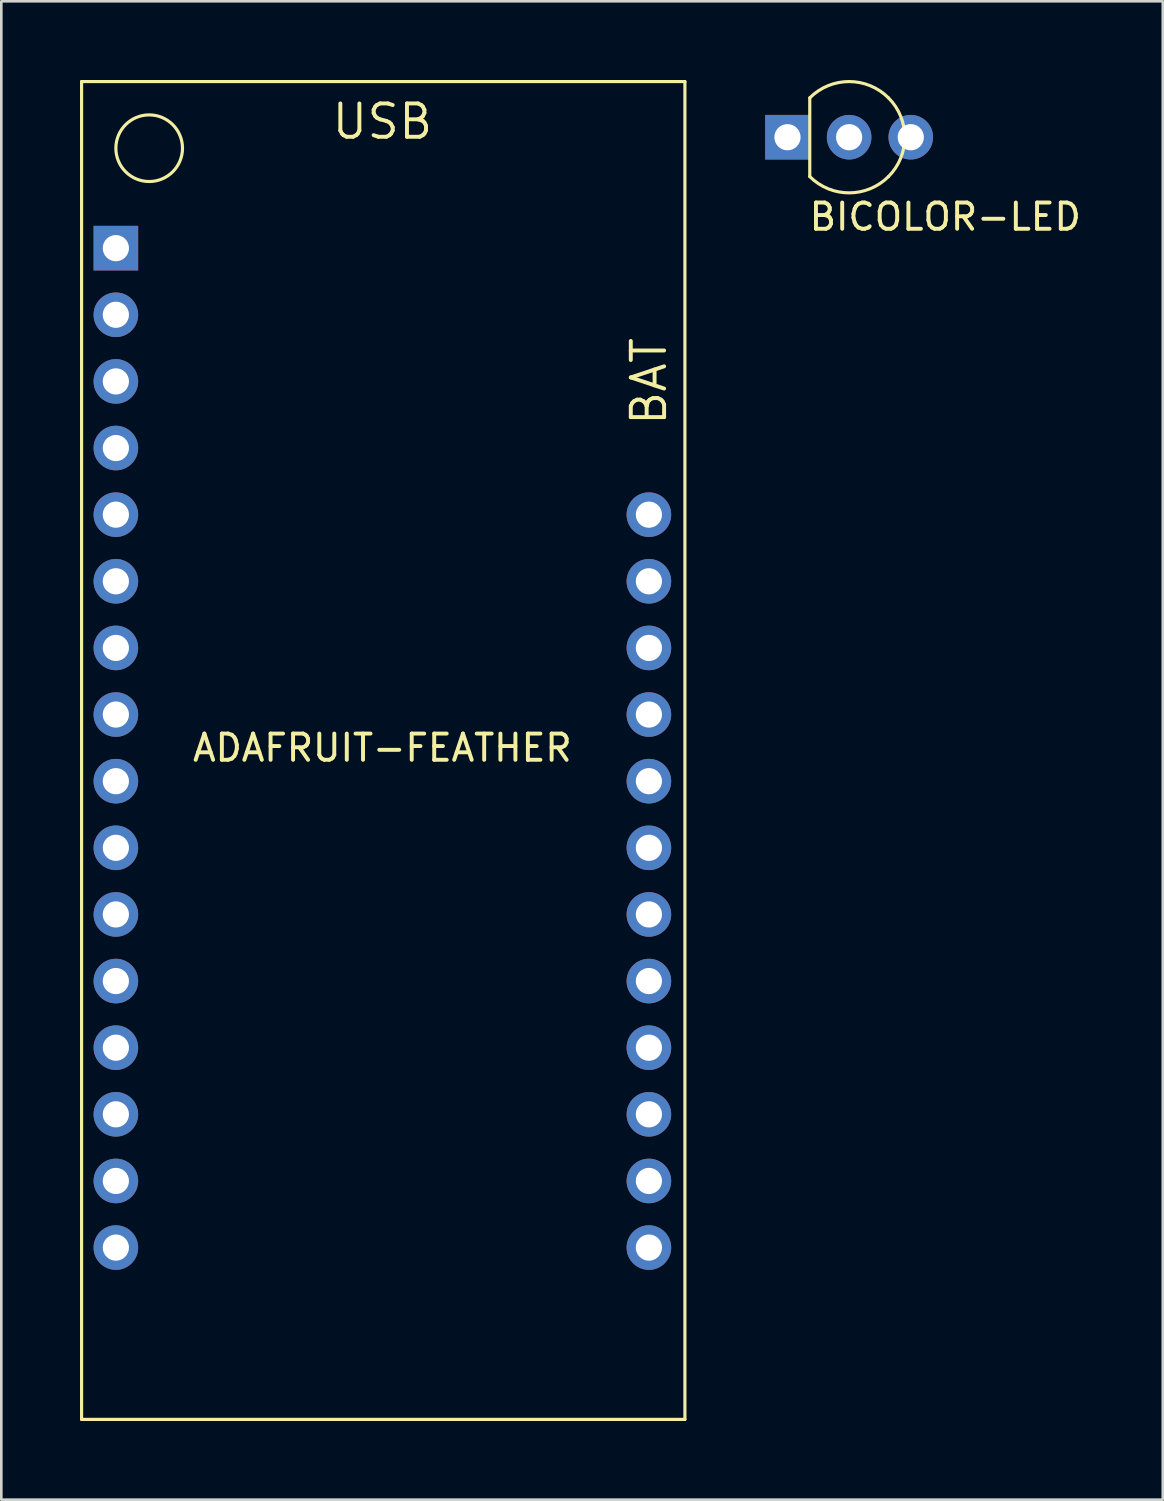
<source format=kicad_pcb>
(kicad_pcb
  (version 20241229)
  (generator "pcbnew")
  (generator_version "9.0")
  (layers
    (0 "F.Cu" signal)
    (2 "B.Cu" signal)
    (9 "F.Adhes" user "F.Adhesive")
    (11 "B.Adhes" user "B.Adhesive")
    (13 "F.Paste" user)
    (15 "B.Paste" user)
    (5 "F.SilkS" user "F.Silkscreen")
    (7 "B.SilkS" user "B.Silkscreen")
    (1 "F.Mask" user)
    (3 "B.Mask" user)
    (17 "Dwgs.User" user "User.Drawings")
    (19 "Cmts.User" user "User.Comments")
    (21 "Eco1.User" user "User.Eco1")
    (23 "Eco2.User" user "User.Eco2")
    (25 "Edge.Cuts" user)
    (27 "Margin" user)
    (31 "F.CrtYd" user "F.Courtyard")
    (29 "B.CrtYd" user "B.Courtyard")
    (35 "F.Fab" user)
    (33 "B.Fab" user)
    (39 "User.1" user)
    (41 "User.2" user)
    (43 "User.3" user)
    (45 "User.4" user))
  (footprint "ADAFRUIT-FEATHER"
    (layer "F.Cu")
    (at 11.527 25.46)
    (property "Reference" "ADAFRUIT-FEATHER" (at 0 0 0) (layer "F.SilkS") (effects (font (size 1 1) (thickness 0.15))))
    (attr through_hole)
    (fp_line (start -11.467 -25.4) (end 11.533 -25.4) (stroke (width 0.12) (type solid)) (layer "F.SilkS"))
    (fp_line (start -11.467 25.6) (end -11.467 -25.4) (stroke (width 0.12) (type solid)) (layer "F.SilkS"))
    (fp_line (start 11.533 -25.4) (end 11.533 25.6) (stroke (width 0.12) (type solid)) (layer "F.SilkS"))
    (fp_line (start 11.533 25.6) (end -11.467 25.6) (stroke (width 0.12) (type solid)) (layer "F.SilkS"))
    (fp_circle (center -8.89 -22.86) (end -7.62 -22.86) (stroke (width 0.12) (type solid)) (fill no) (layer "F.SilkS"))
    (fp_text user "BAT" (at 10.16 -13.97 90) (layer "F.SilkS") (effects (font (size 1.27 1.27) (thickness 0.15))))
    (fp_text user "USB" (at 0 -23.876 0) (layer "F.SilkS") (effects (font (size 1.27 1.27) (thickness 0.15))))
    (pad "1" thru_hole rect (at -10.16 -19.05) (size 1.7 1.7) (drill 1) (layers "*.Cu" "*.Mask"))
    (pad "2" thru_hole oval (at -10.16 -16.51) (size 1.7 1.7) (drill 1) (layers "*.Cu" "*.Mask"))
    (pad "3" thru_hole oval (at -10.16 -13.97) (size 1.7 1.7) (drill 1) (layers "*.Cu" "*.Mask"))
    (pad "4" thru_hole oval (at -10.16 -11.43) (size 1.7 1.7) (drill 1) (layers "*.Cu" "*.Mask"))
    (pad "5" thru_hole oval (at -10.16 -8.89) (size 1.7 1.7) (drill 1) (layers "*.Cu" "*.Mask"))
    (pad "6" thru_hole oval (at -10.16 -6.35) (size 1.7 1.7) (drill 1) (layers "*.Cu" "*.Mask"))
    (pad "7" thru_hole oval (at -10.16 -3.81) (size 1.7 1.7) (drill 1) (layers "*.Cu" "*.Mask"))
    (pad "8" thru_hole oval (at -10.16 -1.27) (size 1.7 1.7) (drill 1) (layers "*.Cu" "*.Mask"))
    (pad "9" thru_hole oval (at -10.16 1.27) (size 1.7 1.7) (drill 1) (layers "*.Cu" "*.Mask"))
    (pad "10" thru_hole oval (at -10.16 3.81) (size 1.7 1.7) (drill 1) (layers "*.Cu" "*.Mask"))
    (pad "11" thru_hole oval (at -10.16 6.35) (size 1.7 1.7) (drill 1) (layers "*.Cu" "*.Mask"))
    (pad "12" thru_hole oval (at -10.16 8.89) (size 1.7 1.7) (drill 1) (layers "*.Cu" "*.Mask"))
    (pad "13" thru_hole oval (at -10.16 11.43) (size 1.7 1.7) (drill 1) (layers "*.Cu" "*.Mask"))
    (pad "14" thru_hole oval (at -10.16 13.97) (size 1.7 1.7) (drill 1) (layers "*.Cu" "*.Mask"))
    (pad "15" thru_hole oval (at -10.16 16.51) (size 1.7 1.7) (drill 1) (layers "*.Cu" "*.Mask"))
    (pad "16" thru_hole oval (at -10.16 19.05) (size 1.7 1.7) (drill 1) (layers "*.Cu" "*.Mask"))
    (pad "17" thru_hole oval (at 10.16 19.05) (size 1.7 1.7) (drill 1) (layers "*.Cu" "*.Mask"))
    (pad "18" thru_hole oval (at 10.16 16.51) (size 1.7 1.7) (drill 1) (layers "*.Cu" "*.Mask"))
    (pad "19" thru_hole oval (at 10.16 13.97) (size 1.7 1.7) (drill 1) (layers "*.Cu" "*.Mask"))
    (pad "20" thru_hole oval (at 10.16 11.43) (size 1.7 1.7) (drill 1) (layers "*.Cu" "*.Mask"))
    (pad "21" thru_hole oval (at 10.16 8.89) (size 1.7 1.7) (drill 1) (layers "*.Cu" "*.Mask"))
    (pad "22" thru_hole oval (at 10.16 6.35) (size 1.7 1.7) (drill 1) (layers "*.Cu" "*.Mask"))
    (pad "23" thru_hole oval (at 10.16 3.81) (size 1.7 1.7) (drill 1) (layers "*.Cu" "*.Mask"))
    (pad "24" thru_hole oval (at 10.16 1.27) (size 1.7 1.7) (drill 1) (layers "*.Cu" "*.Mask"))
    (pad "25" thru_hole oval (at 10.16 -1.27) (size 1.7 1.7) (drill 1) (layers "*.Cu" "*.Mask"))
    (pad "26" thru_hole oval (at 10.16 -3.81) (size 1.7 1.7) (drill 1) (layers "*.Cu" "*.Mask"))
    (pad "27" thru_hole oval (at 10.16 -6.35) (size 1.7 1.7) (drill 1) (layers "*.Cu" "*.Mask"))
    (pad "28" thru_hole oval (at 10.16 -8.89) (size 1.7 1.7) (drill 1) (layers "*.Cu" "*.Mask")))
  (footprint "BICOLOR-LED"
    (layer "F.Cu")
    (at 29.32 2.181)
    (property "Reference" "BICOLOR-LED" (at 3.665 3.035 0) (layer "F.SilkS") (effects (font (size 1 1) (thickness 0.15))))
    (attr through_hole)
    (fp_line (start -1.5 -1.5) (end -1.5 1.5) (stroke (width 0.12) (type solid)) (layer "F.SilkS"))
    (fp_arc (start -1.5 -1.5) (mid 0 -2.12132) (end 1.5 -1.5) (stroke (width 0.12) (type solid)) (layer "F.SilkS"))
    (fp_arc (start 1.5 -1.5) (mid 2.12132 0) (end 1.5 1.5) (stroke (width 0.12) (type solid)) (layer "F.SilkS"))
    (fp_arc (start 1.5 1.5) (mid 0 2.12132) (end -1.5 1.5) (stroke (width 0.12) (type solid)) (layer "F.SilkS"))
    (pad "1" thru_hole rect (at -2.35 0) (size 1.7 1.7) (drill 1) (layers "*.Cu" "*.Mask"))
    (pad "2" thru_hole oval (at 0 0) (size 1.7 1.7) (drill 1) (layers "*.Cu" "*.Mask"))
    (pad "3" thru_hole oval (at 2.35 0) (size 1.7 1.7) (drill 1) (layers "*.Cu" "*.Mask")))
  (gr_rect
    (start -3 -3)
    (end 41.277 54.12)
    (stroke (width 0.1) (type default))
    (fill no)
    (layer "Edge.Cuts")))
</source>
